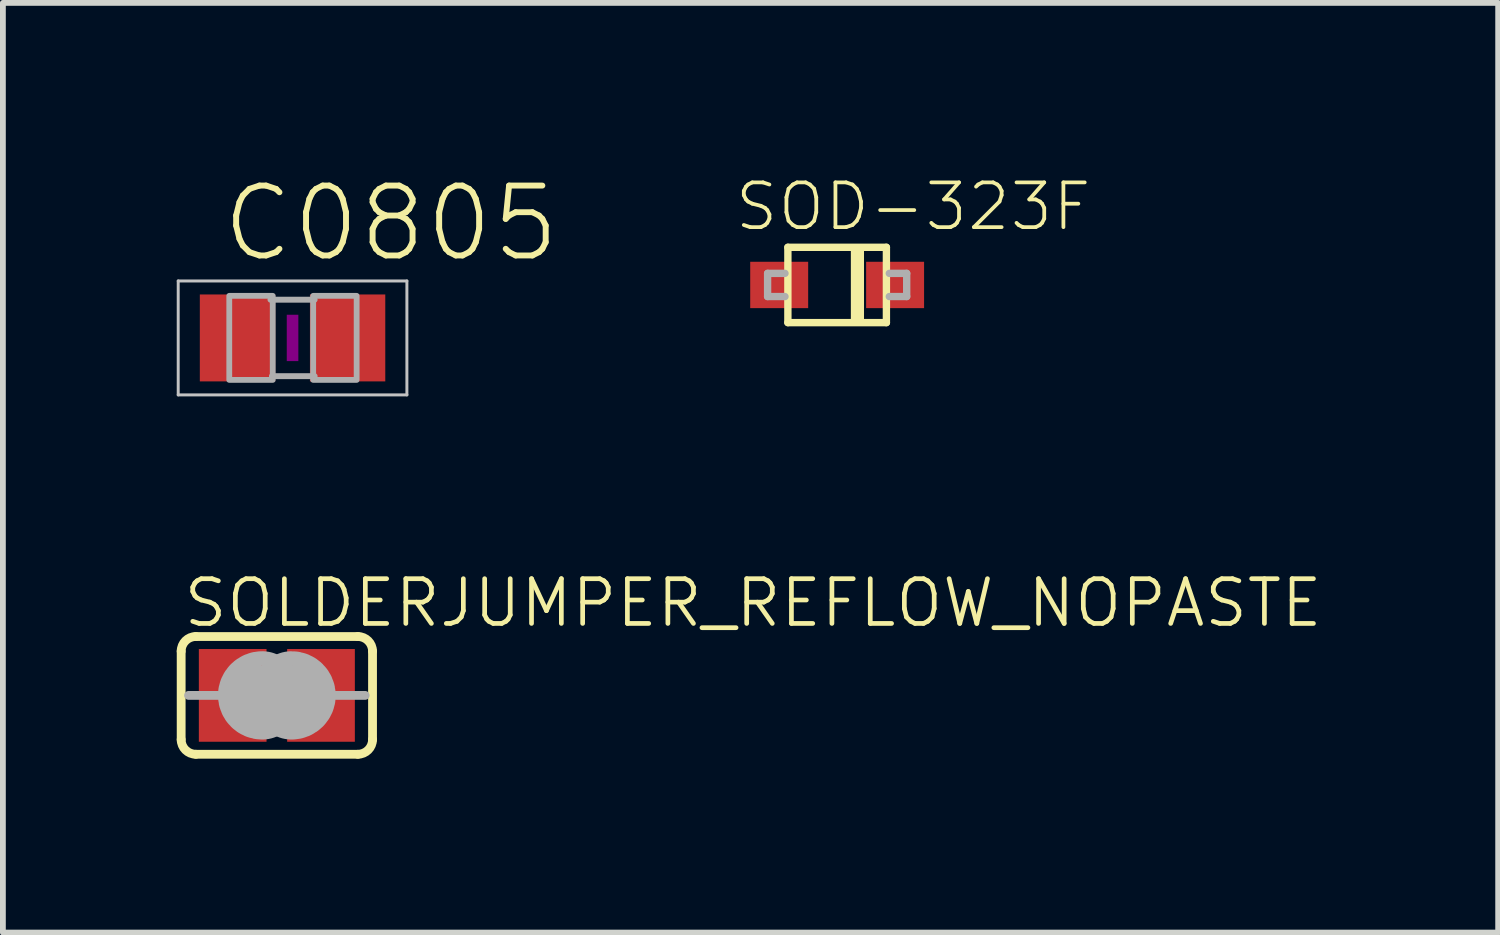
<source format=kicad_pcb>
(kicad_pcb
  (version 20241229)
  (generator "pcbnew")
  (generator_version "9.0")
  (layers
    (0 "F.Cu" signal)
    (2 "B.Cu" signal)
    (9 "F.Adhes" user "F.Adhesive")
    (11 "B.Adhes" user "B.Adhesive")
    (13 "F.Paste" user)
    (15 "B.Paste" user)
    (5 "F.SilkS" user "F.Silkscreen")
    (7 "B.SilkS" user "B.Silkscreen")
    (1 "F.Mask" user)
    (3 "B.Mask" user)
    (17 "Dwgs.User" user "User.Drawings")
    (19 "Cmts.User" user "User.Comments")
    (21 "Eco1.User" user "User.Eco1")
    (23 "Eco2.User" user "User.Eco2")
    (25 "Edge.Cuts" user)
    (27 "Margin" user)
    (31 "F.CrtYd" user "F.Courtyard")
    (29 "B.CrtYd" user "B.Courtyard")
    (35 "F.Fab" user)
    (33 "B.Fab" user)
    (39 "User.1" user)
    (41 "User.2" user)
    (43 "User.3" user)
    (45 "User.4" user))
  (footprint "SOD-323F"
    (layer "F.Cu")
    (at 11.395 1.867)
    (property "Reference" "SOD-323F" (at -1.8 -0.9 0) (layer "F.SilkS") (effects (font (size 0.772 0.772) (thickness 0.065)) (justify left bottom)))
    (attr through_hole)
    (fp_line (start -0.85 -0.65) (end 0.85 -0.65) (stroke (width 0.127) (type solid)) (layer "F.SilkS"))
    (fp_line (start -0.85 0.65) (end -0.85 -0.65) (stroke (width 0.127) (type solid)) (layer "F.SilkS"))
    (fp_line (start 0.3 0.6) (end 0.3 -0.6) (stroke (width 0.127) (type solid)) (layer "F.SilkS"))
    (fp_line (start 0.4 -0.6) (end 0.4 0.6) (stroke (width 0.127) (type solid)) (layer "F.SilkS"))
    (fp_line (start 0.4 0.6) (end 0.3 0.6) (stroke (width 0.127) (type solid)) (layer "F.SilkS"))
    (fp_line (start 0.85 -0.65) (end 0.85 0.65) (stroke (width 0.127) (type solid)) (layer "F.SilkS"))
    (fp_line (start 0.85 0.65) (end -0.85 0.65) (stroke (width 0.127) (type solid)) (layer "F.SilkS"))
    (fp_line (start -1.2 -0.2) (end -1.2 0.2) (stroke (width 0.127) (type solid)) (layer "F.Fab"))
    (fp_line (start -1.2 0.2) (end -0.9 0.2) (stroke (width 0.127) (type solid)) (layer "F.Fab"))
    (fp_line (start -0.9 -0.2) (end -1.2 -0.2) (stroke (width 0.127) (type solid)) (layer "F.Fab"))
    (fp_line (start 0.9 -0.2) (end 1.2 -0.2) (stroke (width 0.127) (type solid)) (layer "F.Fab"))
    (fp_line (start 1.2 -0.2) (end 1.2 0.2) (stroke (width 0.127) (type solid)) (layer "F.Fab"))
    (fp_line (start 1.2 0.2) (end 0.9 0.2) (stroke (width 0.127) (type solid)) (layer "F.Fab"))
    (pad "A" smd rect (at -1 0) (size 1 0.8) (layers "F.Cu" "F.Mask" "F.Paste"))
    (pad "C" smd rect (at 1 0) (size 1 0.8) (layers "F.Cu" "F.Mask" "F.Paste")))
  (footprint "C0805"
    (layer "F.Cu")
    (at 1.998 2.781)
    (property "Reference" "C0805" (at -1.27 -1.27 0) (layer "F.SilkS") (effects (font (size 1.206 1.206) (thickness 0.102)) (justify left bottom)))
    (attr through_hole)
    (fp_poly (pts (xy -0.1 0.4) (xy 0.1 0.4) (xy 0.1 -0.4) (xy -0.1 -0.4)) (stroke (width 0) (type solid)) (fill yes) (layer "F.Adhes"))
    (fp_line (start -1.973 -0.983) (end 1.973 -0.983) (stroke (width 0.051) (type solid)) (layer "Dwgs.User"))
    (fp_line (start -1.973 0.983) (end -1.973 -0.983) (stroke (width 0.051) (type solid)) (layer "Dwgs.User"))
    (fp_line (start 1.973 -0.983) (end 1.973 0.983) (stroke (width 0.051) (type solid)) (layer "Dwgs.User"))
    (fp_line (start 1.973 0.983) (end -1.973 0.983) (stroke (width 0.051) (type solid)) (layer "Dwgs.User"))
    (fp_line (start -0.381 -0.66) (end 0.381 -0.66) (stroke (width 0.102) (type solid)) (layer "F.Fab"))
    (fp_line (start -0.356 0.66) (end 0.381 0.66) (stroke (width 0.102) (type solid)) (layer "F.Fab"))
    (fp_poly (pts (xy -1.092 0.724) (xy -0.342 0.724) (xy -0.342 -0.726) (xy -1.092 -0.726)) (stroke (width 0.1) (type solid)) (fill no) (layer "F.Fab"))
    (fp_poly (pts (xy 0.356 0.724) (xy 1.106 0.724) (xy 1.106 -0.726) (xy 0.356 -0.726)) (stroke (width 0.1) (type solid)) (fill no) (layer "F.Fab"))
    (pad "1" smd rect (at -0.95 0) (size 1.3 1.5) (layers "F.Cu" "F.Mask" "F.Paste"))
    (pad "2" smd rect (at 0.95 0) (size 1.3 1.5) (layers "F.Cu" "F.Mask" "F.Paste")))
  (footprint "SOLDERJUMPER_REFLOW_NOPASTE"
    (layer "F.Cu")
    (at 1.727 8.949)
    (property "Reference" "SOLDERJUMPER_REFLOW_NOPASTE" (at -1.651 -1.143 0) (layer "F.SilkS") (effects (font (size 0.772 0.772) (thickness 0.081)) (justify left bottom)))
    (attr through_hole)
    (fp_poly (pts (xy -0.076 0.914) (xy 0.076 0.914) (xy 0.076 -0.914) (xy -0.076 -0.914)) (stroke (width 0) (type solid)) (fill yes) (layer "F.Mask"))
    (fp_line (start -1.651 0.762) (end -1.651 -0.762) (stroke (width 0.152) (type solid)) (layer "F.SilkS"))
    (fp_line (start -1.397 -1.016) (end 1.397 -1.016) (stroke (width 0.152) (type solid)) (layer "F.SilkS"))
    (fp_line (start 1.397 1.016) (end -1.397 1.016) (stroke (width 0.152) (type solid)) (layer "F.SilkS"))
    (fp_line (start 1.651 0.762) (end 1.651 -0.762) (stroke (width 0.152) (type solid)) (layer "F.SilkS"))
    (fp_arc (start -1.651 -0.762) (mid -1.576605 -0.941605) (end -1.397 -1.016) (stroke (width 0.1524) (type solid)) (layer "F.SilkS"))
    (fp_arc (start -1.397 1.016) (mid -1.576605 0.941605) (end -1.651 0.762) (stroke (width 0.1524) (type solid)) (layer "F.SilkS"))
    (fp_arc (start 1.397 -1.016) (mid 1.576605 -0.941605) (end 1.651 -0.762) (stroke (width 0.1524) (type solid)) (layer "F.SilkS"))
    (fp_arc (start 1.651 0.762) (mid 1.576605 0.941605) (end 1.397 1.016) (stroke (width 0.1524) (type solid)) (layer "F.SilkS"))
    (fp_line (start -1.016 0) (end -1.524 0) (stroke (width 0.152) (type solid)) (layer "F.Fab"))
    (fp_line (start 1.016 0) (end 1.524 0) (stroke (width 0.152) (type solid)) (layer "F.Fab"))
    (fp_arc (start -0.254 0.127) (mid -0.381 0) (end -0.254 -0.127) (stroke (width 1.27) (type solid)) (layer "F.Fab"))
    (fp_arc (start 0.254 -0.127) (mid 0.381 0) (end 0.254 0.127) (stroke (width 1.27) (type solid)) (layer "F.Fab"))
    (pad "1" smd rect (at -0.762 0) (size 1.168 1.6) (layers "F.Cu" "F.Mask"))
    (pad "2" smd rect (at 0.762 0) (size 1.168 1.6) (layers "F.Cu" "F.Mask")))
  (gr_rect
    (start -3 -3)
    (end 22.801 13.041)
    (stroke (width 0.1) (type default))
    (fill no)
    (layer "Edge.Cuts")))
</source>
